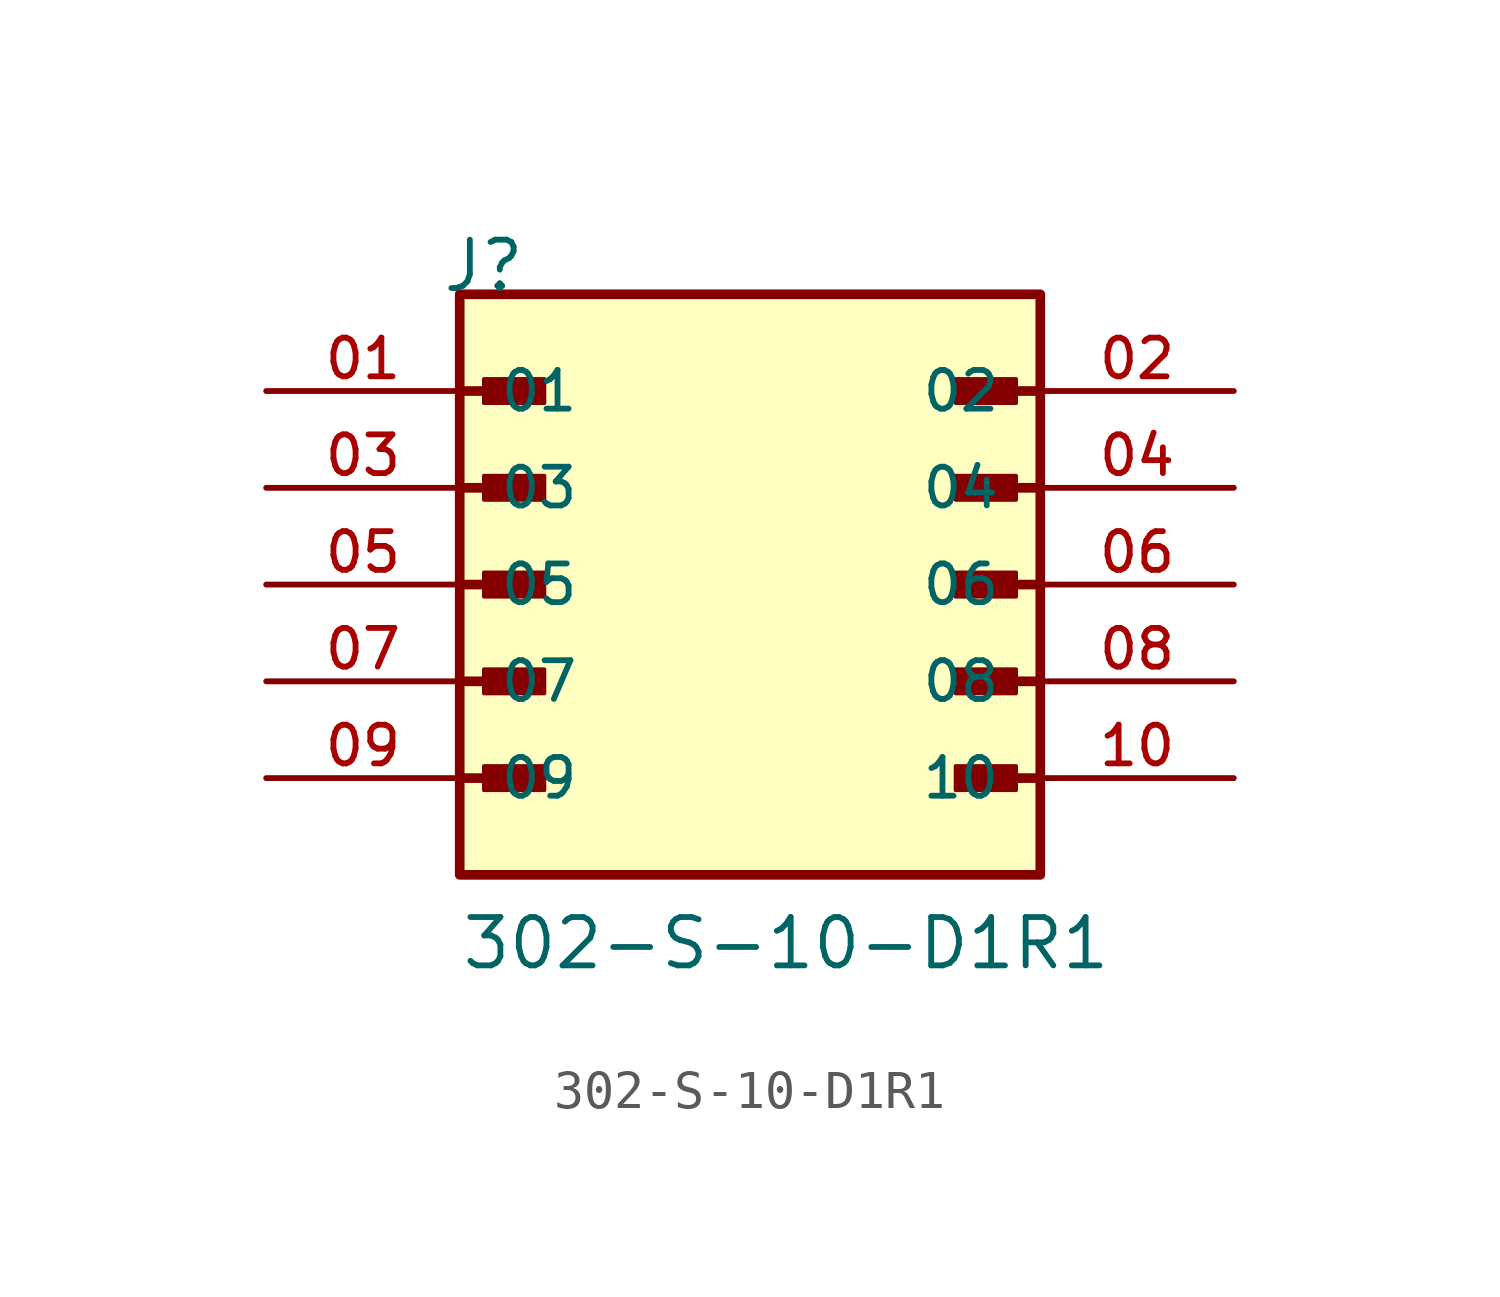
<source format=kicad_sym>
(kicad_symbol_lib
  (version 20211014)
  (generator kicad_symbol_editor)
  (symbol "302-S-10-D1R1"
    (pin_names
      (offset 1.016))
    (property "Reference" "J"
      (at -8.12 7.62 0)
      (effects (font (size 1.27 1.27)) (justify bottom left)))
    (property "Value" "302-S-10-D1R1"
      (at -7.62 -10.16 0)
      (effects (font (size 1.27 1.27)) (justify bottom left)))
    (symbol "302-S-10-D1R1_0_0"
      (polyline (pts (xy -7.62 5.08) (xy -5.715 5.08)) (stroke (width 0.254)))
      (rectangle (start -6.985 4.763) (end -5.397 5.397) (stroke (width 0.1)) (fill (type outline)))
      (polyline (pts (xy 7.62 5.08) (xy 5.715 5.08)) (stroke (width 0.254)))
      (rectangle (start 6.985 4.763) (end 5.397 5.397) (stroke (width 0.1)) (fill (type outline)))
      (polyline (pts (xy -7.62 2.54) (xy -5.715 2.54)) (stroke (width 0.254)))
      (rectangle (start -6.985 2.223) (end -5.397 2.857) (stroke (width 0.1)) (fill (type outline)))
      (polyline (pts (xy 7.62 2.54) (xy 5.715 2.54)) (stroke (width 0.254)))
      (rectangle (start 6.985 2.223) (end 5.397 2.857) (stroke (width 0.1)) (fill (type outline)))
      (polyline (pts (xy -7.62 0.0) (xy -5.715 0.0)) (stroke (width 0.254)))
      (rectangle (start -6.985 -0.318) (end -5.397 0.318) (stroke (width 0.1)) (fill (type outline)))
      (polyline (pts (xy 7.62 0.0) (xy 5.715 0.0)) (stroke (width 0.254)))
      (rectangle (start 6.985 -0.318) (end 5.397 0.318) (stroke (width 0.1)) (fill (type outline)))
      (polyline (pts (xy -7.62 -2.54) (xy -5.715 -2.54)) (stroke (width 0.254)))
      (rectangle (start -6.985 -2.857) (end -5.397 -2.223) (stroke (width 0.1)) (fill (type outline)))
      (polyline (pts (xy 7.62 -2.54) (xy 5.715 -2.54)) (stroke (width 0.254)))
      (rectangle (start 6.985 -2.857) (end 5.397 -2.223) (stroke (width 0.1)) (fill (type outline)))
      (polyline (pts (xy -7.62 -5.08) (xy -5.715 -5.08)) (stroke (width 0.254)))
      (rectangle (start -6.985 -5.397) (end -5.397 -4.763) (stroke (width 0.1)) (fill (type outline)))
      (polyline (pts (xy 7.62 -5.08) (xy 5.715 -5.08)) (stroke (width 0.254)))
      (rectangle (start 6.985 -5.397) (end 5.397 -4.763) (stroke (width 0.1)) (fill (type outline)))
      (rectangle (start -7.62 -7.62) (end 7.62 7.62) (stroke (width 0.254)) (fill (type background)))
      (pin passive line (at -12.7 5.08 0) (length 5.08) (name "01" (effects (font (size 1.016 1.016)))) (number "01" (effects (font (size 1.016 1.016)))))
      (pin passive line (at 12.7 5.08 180.0) (length 5.08) (name "02" (effects (font (size 1.016 1.016)))) (number "02" (effects (font (size 1.016 1.016)))))
      (pin passive line (at -12.7 2.54 0) (length 5.08) (name "03" (effects (font (size 1.016 1.016)))) (number "03" (effects (font (size 1.016 1.016)))))
      (pin passive line (at 12.7 2.54 180.0) (length 5.08) (name "04" (effects (font (size 1.016 1.016)))) (number "04" (effects (font (size 1.016 1.016)))))
      (pin passive line (at -12.7 0.0 0) (length 5.08) (name "05" (effects (font (size 1.016 1.016)))) (number "05" (effects (font (size 1.016 1.016)))))
      (pin passive line (at 12.7 0.0 180.0) (length 5.08) (name "06" (effects (font (size 1.016 1.016)))) (number "06" (effects (font (size 1.016 1.016)))))
      (pin passive line (at -12.7 -2.54 0) (length 5.08) (name "07" (effects (font (size 1.016 1.016)))) (number "07" (effects (font (size 1.016 1.016)))))
      (pin passive line (at 12.7 -2.54 180.0) (length 5.08) (name "08" (effects (font (size 1.016 1.016)))) (number "08" (effects (font (size 1.016 1.016)))))
      (pin passive line (at -12.7 -5.08 0) (length 5.08) (name "09" (effects (font (size 1.016 1.016)))) (number "09" (effects (font (size 1.016 1.016)))))
      (pin passive line (at 12.7 -5.08 180.0) (length 5.08) (name "10" (effects (font (size 1.016 1.016)))) (number "10" (effects (font (size 1.016 1.016))))))))
</source>
